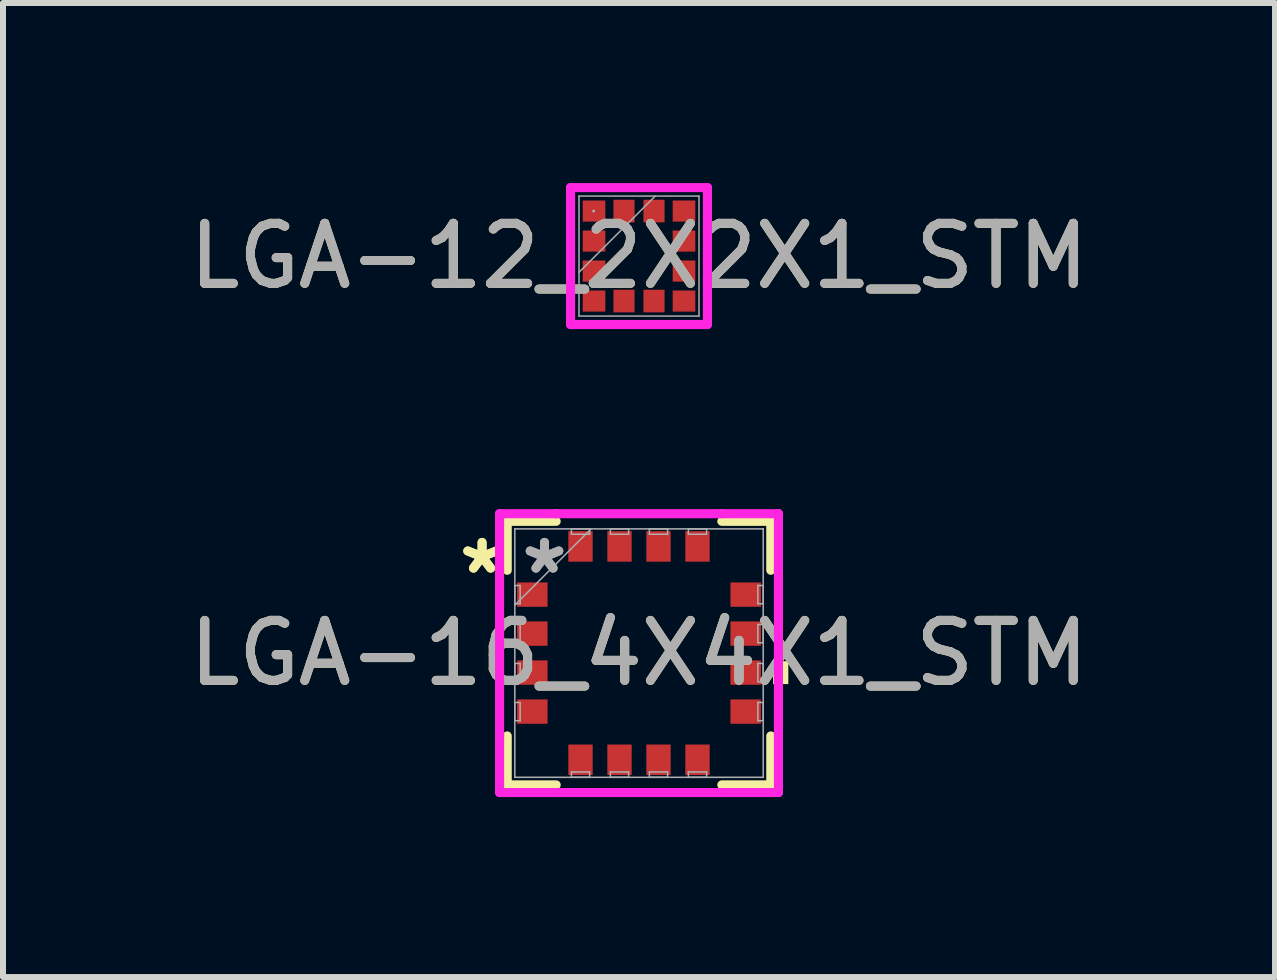
<source format=kicad_pcb>
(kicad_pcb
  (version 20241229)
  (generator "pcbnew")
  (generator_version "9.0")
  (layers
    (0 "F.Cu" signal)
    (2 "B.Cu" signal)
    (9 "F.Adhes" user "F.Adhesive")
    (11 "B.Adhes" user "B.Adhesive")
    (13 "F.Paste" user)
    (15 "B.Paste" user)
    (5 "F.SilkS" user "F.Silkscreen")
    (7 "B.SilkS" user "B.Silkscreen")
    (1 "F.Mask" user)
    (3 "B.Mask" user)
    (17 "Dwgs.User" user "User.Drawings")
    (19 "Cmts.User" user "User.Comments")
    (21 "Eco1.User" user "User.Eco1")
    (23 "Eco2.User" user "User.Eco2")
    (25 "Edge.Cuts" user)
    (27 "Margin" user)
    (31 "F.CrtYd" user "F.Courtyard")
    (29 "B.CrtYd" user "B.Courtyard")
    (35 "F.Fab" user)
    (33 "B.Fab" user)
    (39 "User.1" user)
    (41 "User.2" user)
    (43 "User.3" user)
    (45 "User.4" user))
  (footprint "LGA-16_4X4X1_STM"
    (layer "F.Cu")
    (at 7.601 7.836)
    (property "Reference" "LGA-16_4X4X1_STM" (at 0 0 0) (unlocked yes) (layer "F.SilkS") (effects (font (size 1 1) (thickness 0.15))))
    (attr smd)
    (fp_line (start -2.197 -2.197) (end -2.197 -1.381) (stroke (width 0.152) (type solid)) (layer "F.SilkS"))
    (fp_line (start -2.197 1.381) (end -2.197 2.197) (stroke (width 0.152) (type solid)) (layer "F.SilkS"))
    (fp_line (start -2.197 2.197) (end -1.381 2.197) (stroke (width 0.152) (type solid)) (layer "F.SilkS"))
    (fp_line (start -1.381 -2.197) (end -2.197 -2.197) (stroke (width 0.152) (type solid)) (layer "F.SilkS"))
    (fp_line (start 1.381 2.197) (end 2.197 2.197) (stroke (width 0.152) (type solid)) (layer "F.SilkS"))
    (fp_line (start 2.197 -2.197) (end 1.381 -2.197) (stroke (width 0.152) (type solid)) (layer "F.SilkS"))
    (fp_line (start 2.197 -1.381) (end 2.197 -2.197) (stroke (width 0.152) (type solid)) (layer "F.SilkS"))
    (fp_line (start 2.197 2.197) (end 2.197 1.381) (stroke (width 0.152) (type solid)) (layer "F.SilkS"))
    (fp_poly (pts (xy 2.489 0.135) (xy 2.489 0.516) (xy 2.235 0.516) (xy 2.235 0.135)) (stroke (width 0) (type solid)) (fill yes) (layer "F.SilkS"))
    (fp_line (start -2.324 -2.324) (end -1.381 -2.324) (stroke (width 0.152) (type solid)) (layer "F.CrtYd"))
    (fp_line (start -2.324 -1.381) (end -2.324 -2.324) (stroke (width 0.152) (type solid)) (layer "F.CrtYd"))
    (fp_line (start -2.324 -1.381) (end -2.324 -1.381) (stroke (width 0.152) (type solid)) (layer "F.CrtYd"))
    (fp_line (start -2.324 1.381) (end -2.324 -1.381) (stroke (width 0.152) (type solid)) (layer "F.CrtYd"))
    (fp_line (start -2.324 1.381) (end -2.324 1.381) (stroke (width 0.152) (type solid)) (layer "F.CrtYd"))
    (fp_line (start -2.324 2.324) (end -2.324 1.381) (stroke (width 0.152) (type solid)) (layer "F.CrtYd"))
    (fp_line (start -1.381 -2.324) (end -1.381 -2.324) (stroke (width 0.152) (type solid)) (layer "F.CrtYd"))
    (fp_line (start -1.381 -2.324) (end 1.381 -2.324) (stroke (width 0.152) (type solid)) (layer "F.CrtYd"))
    (fp_line (start -1.381 2.324) (end -2.324 2.324) (stroke (width 0.152) (type solid)) (layer "F.CrtYd"))
    (fp_line (start -1.381 2.324) (end -1.381 2.324) (stroke (width 0.152) (type solid)) (layer "F.CrtYd"))
    (fp_line (start 1.381 -2.324) (end 1.381 -2.324) (stroke (width 0.152) (type solid)) (layer "F.CrtYd"))
    (fp_line (start 1.381 -2.324) (end 2.324 -2.324) (stroke (width 0.152) (type solid)) (layer "F.CrtYd"))
    (fp_line (start 1.381 2.324) (end -1.381 2.324) (stroke (width 0.152) (type solid)) (layer "F.CrtYd"))
    (fp_line (start 1.381 2.324) (end 1.381 2.324) (stroke (width 0.152) (type solid)) (layer "F.CrtYd"))
    (fp_line (start 2.324 -2.324) (end 2.324 -1.381) (stroke (width 0.152) (type solid)) (layer "F.CrtYd"))
    (fp_line (start 2.324 -1.381) (end 2.324 -1.381) (stroke (width 0.152) (type solid)) (layer "F.CrtYd"))
    (fp_line (start 2.324 -1.381) (end 2.324 1.381) (stroke (width 0.152) (type solid)) (layer "F.CrtYd"))
    (fp_line (start 2.324 1.381) (end 2.324 1.381) (stroke (width 0.152) (type solid)) (layer "F.CrtYd"))
    (fp_line (start 2.324 1.381) (end 2.324 2.324) (stroke (width 0.152) (type solid)) (layer "F.CrtYd"))
    (fp_line (start 2.324 2.324) (end 1.381 2.324) (stroke (width 0.152) (type solid)) (layer "F.CrtYd"))
    (fp_line (start -2.07 -2.07) (end -2.07 -2.07) (stroke (width 0.025) (type solid)) (layer "F.Fab"))
    (fp_line (start -2.07 -2.07) (end -2.07 2.07) (stroke (width 0.025) (type solid)) (layer "F.Fab"))
    (fp_line (start -2.07 -1.127) (end -1.981 -1.127) (stroke (width 0.025) (type solid)) (layer "F.Fab"))
    (fp_line (start -2.07 -0.823) (end -2.07 -1.127) (stroke (width 0.025) (type solid)) (layer "F.Fab"))
    (fp_line (start -2.07 -0.8) (end -0.8 -2.07) (stroke (width 0.025) (type solid)) (layer "F.Fab"))
    (fp_line (start -2.07 -0.477) (end -1.981 -0.477) (stroke (width 0.025) (type solid)) (layer "F.Fab"))
    (fp_line (start -2.07 -0.173) (end -2.07 -0.477) (stroke (width 0.025) (type solid)) (layer "F.Fab"))
    (fp_line (start -2.07 0.173) (end -1.981 0.173) (stroke (width 0.025) (type solid)) (layer "F.Fab"))
    (fp_line (start -2.07 0.477) (end -2.07 0.173) (stroke (width 0.025) (type solid)) (layer "F.Fab"))
    (fp_line (start -2.07 0.823) (end -1.981 0.823) (stroke (width 0.025) (type solid)) (layer "F.Fab"))
    (fp_line (start -2.07 1.127) (end -2.07 0.823) (stroke (width 0.025) (type solid)) (layer "F.Fab"))
    (fp_line (start -2.07 2.07) (end -2.07 2.07) (stroke (width 0.025) (type solid)) (layer "F.Fab"))
    (fp_line (start -2.07 2.07) (end 2.07 2.07) (stroke (width 0.025) (type solid)) (layer "F.Fab"))
    (fp_line (start -1.981 -1.127) (end -1.981 -0.823) (stroke (width 0.025) (type solid)) (layer "F.Fab"))
    (fp_line (start -1.981 -0.823) (end -2.07 -0.823) (stroke (width 0.025) (type solid)) (layer "F.Fab"))
    (fp_line (start -1.981 -0.477) (end -1.981 -0.173) (stroke (width 0.025) (type solid)) (layer "F.Fab"))
    (fp_line (start -1.981 -0.173) (end -2.07 -0.173) (stroke (width 0.025) (type solid)) (layer "F.Fab"))
    (fp_line (start -1.981 0.173) (end -1.981 0.477) (stroke (width 0.025) (type solid)) (layer "F.Fab"))
    (fp_line (start -1.981 0.477) (end -2.07 0.477) (stroke (width 0.025) (type solid)) (layer "F.Fab"))
    (fp_line (start -1.981 0.823) (end -1.981 1.127) (stroke (width 0.025) (type solid)) (layer "F.Fab"))
    (fp_line (start -1.981 1.127) (end -2.07 1.127) (stroke (width 0.025) (type solid)) (layer "F.Fab"))
    (fp_line (start -1.127 -2.07) (end -0.823 -2.07) (stroke (width 0.025) (type solid)) (layer "F.Fab"))
    (fp_line (start -1.127 -1.981) (end -1.127 -2.07) (stroke (width 0.025) (type solid)) (layer "F.Fab"))
    (fp_line (start -1.127 1.981) (end -0.823 1.981) (stroke (width 0.025) (type solid)) (layer "F.Fab"))
    (fp_line (start -1.127 2.07) (end -1.127 1.981) (stroke (width 0.025) (type solid)) (layer "F.Fab"))
    (fp_line (start -0.823 -2.07) (end -0.823 -1.981) (stroke (width 0.025) (type solid)) (layer "F.Fab"))
    (fp_line (start -0.823 -1.981) (end -1.127 -1.981) (stroke (width 0.025) (type solid)) (layer "F.Fab"))
    (fp_line (start -0.823 1.981) (end -0.823 2.07) (stroke (width 0.025) (type solid)) (layer "F.Fab"))
    (fp_line (start -0.823 2.07) (end -1.127 2.07) (stroke (width 0.025) (type solid)) (layer "F.Fab"))
    (fp_line (start -0.477 -2.07) (end -0.173 -2.07) (stroke (width 0.025) (type solid)) (layer "F.Fab"))
    (fp_line (start -0.477 -1.981) (end -0.477 -2.07) (stroke (width 0.025) (type solid)) (layer "F.Fab"))
    (fp_line (start -0.477 1.981) (end -0.173 1.981) (stroke (width 0.025) (type solid)) (layer "F.Fab"))
    (fp_line (start -0.477 2.07) (end -0.477 1.981) (stroke (width 0.025) (type solid)) (layer "F.Fab"))
    (fp_line (start -0.173 -2.07) (end -0.173 -1.981) (stroke (width 0.025) (type solid)) (layer "F.Fab"))
    (fp_line (start -0.173 -1.981) (end -0.477 -1.981) (stroke (width 0.025) (type solid)) (layer "F.Fab"))
    (fp_line (start -0.173 1.981) (end -0.173 2.07) (stroke (width 0.025) (type solid)) (layer "F.Fab"))
    (fp_line (start -0.173 2.07) (end -0.477 2.07) (stroke (width 0.025) (type solid)) (layer "F.Fab"))
    (fp_line (start 0.173 -2.07) (end 0.477 -2.07) (stroke (width 0.025) (type solid)) (layer "F.Fab"))
    (fp_line (start 0.173 -1.981) (end 0.173 -2.07) (stroke (width 0.025) (type solid)) (layer "F.Fab"))
    (fp_line (start 0.173 1.981) (end 0.477 1.981) (stroke (width 0.025) (type solid)) (layer "F.Fab"))
    (fp_line (start 0.173 2.07) (end 0.173 1.981) (stroke (width 0.025) (type solid)) (layer "F.Fab"))
    (fp_line (start 0.477 -2.07) (end 0.477 -1.981) (stroke (width 0.025) (type solid)) (layer "F.Fab"))
    (fp_line (start 0.477 -1.981) (end 0.173 -1.981) (stroke (width 0.025) (type solid)) (layer "F.Fab"))
    (fp_line (start 0.477 1.981) (end 0.477 2.07) (stroke (width 0.025) (type solid)) (layer "F.Fab"))
    (fp_line (start 0.477 2.07) (end 0.173 2.07) (stroke (width 0.025) (type solid)) (layer "F.Fab"))
    (fp_line (start 0.823 -2.07) (end 1.127 -2.07) (stroke (width 0.025) (type solid)) (layer "F.Fab"))
    (fp_line (start 0.823 -1.981) (end 0.823 -2.07) (stroke (width 0.025) (type solid)) (layer "F.Fab"))
    (fp_line (start 0.823 1.981) (end 1.127 1.981) (stroke (width 0.025) (type solid)) (layer "F.Fab"))
    (fp_line (start 0.823 2.07) (end 0.823 1.981) (stroke (width 0.025) (type solid)) (layer "F.Fab"))
    (fp_line (start 1.127 -2.07) (end 1.127 -1.981) (stroke (width 0.025) (type solid)) (layer "F.Fab"))
    (fp_line (start 1.127 -1.981) (end 0.823 -1.981) (stroke (width 0.025) (type solid)) (layer "F.Fab"))
    (fp_line (start 1.127 1.981) (end 1.127 2.07) (stroke (width 0.025) (type solid)) (layer "F.Fab"))
    (fp_line (start 1.127 2.07) (end 0.823 2.07) (stroke (width 0.025) (type solid)) (layer "F.Fab"))
    (fp_line (start 1.981 -1.127) (end 2.07 -1.127) (stroke (width 0.025) (type solid)) (layer "F.Fab"))
    (fp_line (start 1.981 -0.823) (end 1.981 -1.127) (stroke (width 0.025) (type solid)) (layer "F.Fab"))
    (fp_line (start 1.981 -0.477) (end 2.07 -0.477) (stroke (width 0.025) (type solid)) (layer "F.Fab"))
    (fp_line (start 1.981 -0.173) (end 1.981 -0.477) (stroke (width 0.025) (type solid)) (layer "F.Fab"))
    (fp_line (start 1.981 0.173) (end 2.07 0.173) (stroke (width 0.025) (type solid)) (layer "F.Fab"))
    (fp_line (start 1.981 0.477) (end 1.981 0.173) (stroke (width 0.025) (type solid)) (layer "F.Fab"))
    (fp_line (start 1.981 0.823) (end 2.07 0.823) (stroke (width 0.025) (type solid)) (layer "F.Fab"))
    (fp_line (start 1.981 1.127) (end 1.981 0.823) (stroke (width 0.025) (type solid)) (layer "F.Fab"))
    (fp_line (start 2.07 -2.07) (end -2.07 -2.07) (stroke (width 0.025) (type solid)) (layer "F.Fab"))
    (fp_line (start 2.07 -2.07) (end 2.07 -2.07) (stroke (width 0.025) (type solid)) (layer "F.Fab"))
    (fp_line (start 2.07 -1.127) (end 2.07 -0.823) (stroke (width 0.025) (type solid)) (layer "F.Fab"))
    (fp_line (start 2.07 -0.823) (end 1.981 -0.823) (stroke (width 0.025) (type solid)) (layer "F.Fab"))
    (fp_line (start 2.07 -0.477) (end 2.07 -0.173) (stroke (width 0.025) (type solid)) (layer "F.Fab"))
    (fp_line (start 2.07 -0.173) (end 1.981 -0.173) (stroke (width 0.025) (type solid)) (layer "F.Fab"))
    (fp_line (start 2.07 0.173) (end 2.07 0.477) (stroke (width 0.025) (type solid)) (layer "F.Fab"))
    (fp_line (start 2.07 0.477) (end 1.981 0.477) (stroke (width 0.025) (type solid)) (layer "F.Fab"))
    (fp_line (start 2.07 0.823) (end 2.07 1.127) (stroke (width 0.025) (type solid)) (layer "F.Fab"))
    (fp_line (start 2.07 1.127) (end 1.981 1.127) (stroke (width 0.025) (type solid)) (layer "F.Fab"))
    (fp_line (start 2.07 2.07) (end 2.07 -2.07) (stroke (width 0.025) (type solid)) (layer "F.Fab"))
    (fp_line (start 2.07 2.07) (end 2.07 2.07) (stroke (width 0.025) (type solid)) (layer "F.Fab"))
    (fp_text user "*" (at -2.616 -1.3 0) (layer "F.SilkS") (effects (font (size 1 1) (thickness 0.15))))
    (fp_text user "*" (at -2.616 -1.3 0) (unlocked yes) (layer "F.SilkS") (effects (font (size 1 1) (thickness 0.15))))
    (fp_text user "*" (at -1.575 -1.3 0) (layer "F.Fab") (effects (font (size 1 1) (thickness 0.15))))
    (fp_text user "${REFERENCE}" (at 0 0 0) (unlocked yes) (layer "F.Fab") (effects (font (size 1 1) (thickness 0.15))))
    (fp_text user "*" (at -1.575 -1.3 0) (unlocked yes) (layer "F.Fab") (effects (font (size 1 1) (thickness 0.15))))
    (pad "1" smd rect (at -1.778 -0.975 90) (size 0.406 0.508) (layers "F.Cu" "F.Mask" "F.Paste"))
    (pad "2" smd rect (at -1.778 -0.325 90) (size 0.406 0.508) (layers "F.Cu" "F.Mask" "F.Paste"))
    (pad "3" smd rect (at -1.778 0.325 90) (size 0.406 0.508) (layers "F.Cu" "F.Mask" "F.Paste"))
    (pad "4" smd rect (at -1.778 0.975 90) (size 0.406 0.508) (layers "F.Cu" "F.Mask" "F.Paste"))
    (pad "5" smd rect (at -0.975 1.778) (size 0.406 0.508) (layers "F.Cu" "F.Mask" "F.Paste"))
    (pad "6" smd rect (at -0.325 1.778) (size 0.406 0.508) (layers "F.Cu" "F.Mask" "F.Paste"))
    (pad "7" smd rect (at 0.325 1.778) (size 0.406 0.508) (layers "F.Cu" "F.Mask" "F.Paste"))
    (pad "8" smd rect (at 0.975 1.778) (size 0.406 0.508) (layers "F.Cu" "F.Mask" "F.Paste"))
    (pad "9" smd rect (at 1.778 0.975 90) (size 0.406 0.508) (layers "F.Cu" "F.Mask" "F.Paste"))
    (pad "10" smd rect (at 1.778 0.325 90) (size 0.406 0.508) (layers "F.Cu" "F.Mask" "F.Paste"))
    (pad "11" smd rect (at 1.778 -0.325 90) (size 0.406 0.508) (layers "F.Cu" "F.Mask" "F.Paste"))
    (pad "12" smd rect (at 1.778 -0.975 90) (size 0.406 0.508) (layers "F.Cu" "F.Mask" "F.Paste"))
    (pad "13" smd rect (at 0.975 -1.778) (size 0.406 0.508) (layers "F.Cu" "F.Mask" "F.Paste"))
    (pad "14" smd rect (at 0.325 -1.778) (size 0.406 0.508) (layers "F.Cu" "F.Mask" "F.Paste"))
    (pad "15" smd rect (at -0.325 -1.778) (size 0.406 0.508) (layers "F.Cu" "F.Mask" "F.Paste"))
    (pad "16" smd rect (at -0.975 -1.778) (size 0.406 0.508) (layers "F.Cu" "F.Mask" "F.Paste")))
  (footprint "LGA-12_2X2X1_STM"
    (layer "F.Cu")
    (at 7.601 1.218)
    (property "Reference" "LGA-12_2X2X1_STM" (at 0 0 0) (unlocked yes) (layer "F.SilkS") (effects (font (size 1 1) (thickness 0.15))))
    (attr smd)
    (fp_line (start -1.141 -1.141) (end 1.141 -1.141) (stroke (width 0.152) (type solid)) (layer "F.CrtYd"))
    (fp_line (start -1.141 1.141) (end -1.141 -1.141) (stroke (width 0.152) (type solid)) (layer "F.CrtYd"))
    (fp_line (start 1.141 -1.141) (end 1.141 1.141) (stroke (width 0.152) (type solid)) (layer "F.CrtYd"))
    (fp_line (start 1.141 1.141) (end -1.141 1.141) (stroke (width 0.152) (type solid)) (layer "F.CrtYd"))
    (fp_line (start -1 -1) (end -1 1) (stroke (width 0.025) (type solid)) (layer "F.Fab"))
    (fp_line (start -1 0.27) (end 0.27 -1) (stroke (width 0.025) (type solid)) (layer "F.Fab"))
    (fp_line (start -1 1) (end 1 1) (stroke (width 0.025) (type solid)) (layer "F.Fab"))
    (fp_line (start 1 -1) (end -1 -1) (stroke (width 0.025) (type solid)) (layer "F.Fab"))
    (fp_line (start 1 1) (end 1 -1) (stroke (width 0.025) (type solid)) (layer "F.Fab"))
    (fp_circle (center -0.756 -0.75) (end -0.756 -0.75) (stroke (width 0.025) (type solid)) (fill no) (layer "F.Fab"))
    (fp_text user "${REFERENCE}" (at 0 0 0) (unlocked yes) (layer "F.Fab") (effects (font (size 1 1) (thickness 0.15))))
    (pad "1" smd rect (at -0.75 -0.75) (size 0.377 0.352) (layers "F.Cu" "F.Mask" "F.Paste"))
    (pad "2" smd rect (at -0.75 -0.25) (size 0.377 0.352) (layers "F.Cu" "F.Mask" "F.Paste"))
    (pad "3" smd rect (at -0.75 0.25) (size 0.377 0.352) (layers "F.Cu" "F.Mask" "F.Paste"))
    (pad "4" smd rect (at -0.75 0.75) (size 0.377 0.352) (layers "F.Cu" "F.Mask" "F.Paste"))
    (pad "5" smd rect (at -0.25 0.75 90) (size 0.377 0.352) (layers "F.Cu" "F.Mask" "F.Paste"))
    (pad "6" smd rect (at 0.25 0.75 90) (size 0.377 0.352) (layers "F.Cu" "F.Mask" "F.Paste"))
    (pad "7" smd rect (at 0.75 0.75) (size 0.377 0.352) (layers "F.Cu" "F.Mask" "F.Paste"))
    (pad "8" smd rect (at 0.75 0.25) (size 0.377 0.352) (layers "F.Cu" "F.Mask" "F.Paste"))
    (pad "9" smd rect (at 0.75 -0.25) (size 0.377 0.352) (layers "F.Cu" "F.Mask" "F.Paste"))
    (pad "10" smd rect (at 0.75 -0.75) (size 0.377 0.352) (layers "F.Cu" "F.Mask" "F.Paste"))
    (pad "11" smd rect (at 0.25 -0.75 90) (size 0.377 0.352) (layers "F.Cu" "F.Mask" "F.Paste"))
    (pad "12" smd rect (at -0.25 -0.75 90) (size 0.377 0.352) (layers "F.Cu" "F.Mask" "F.Paste")))
  (gr_rect
    (start -3 -3)
    (end 18.202 13.236)
    (stroke (width 0.1) (type default))
    (fill no)
    (layer "Edge.Cuts")))
</source>
